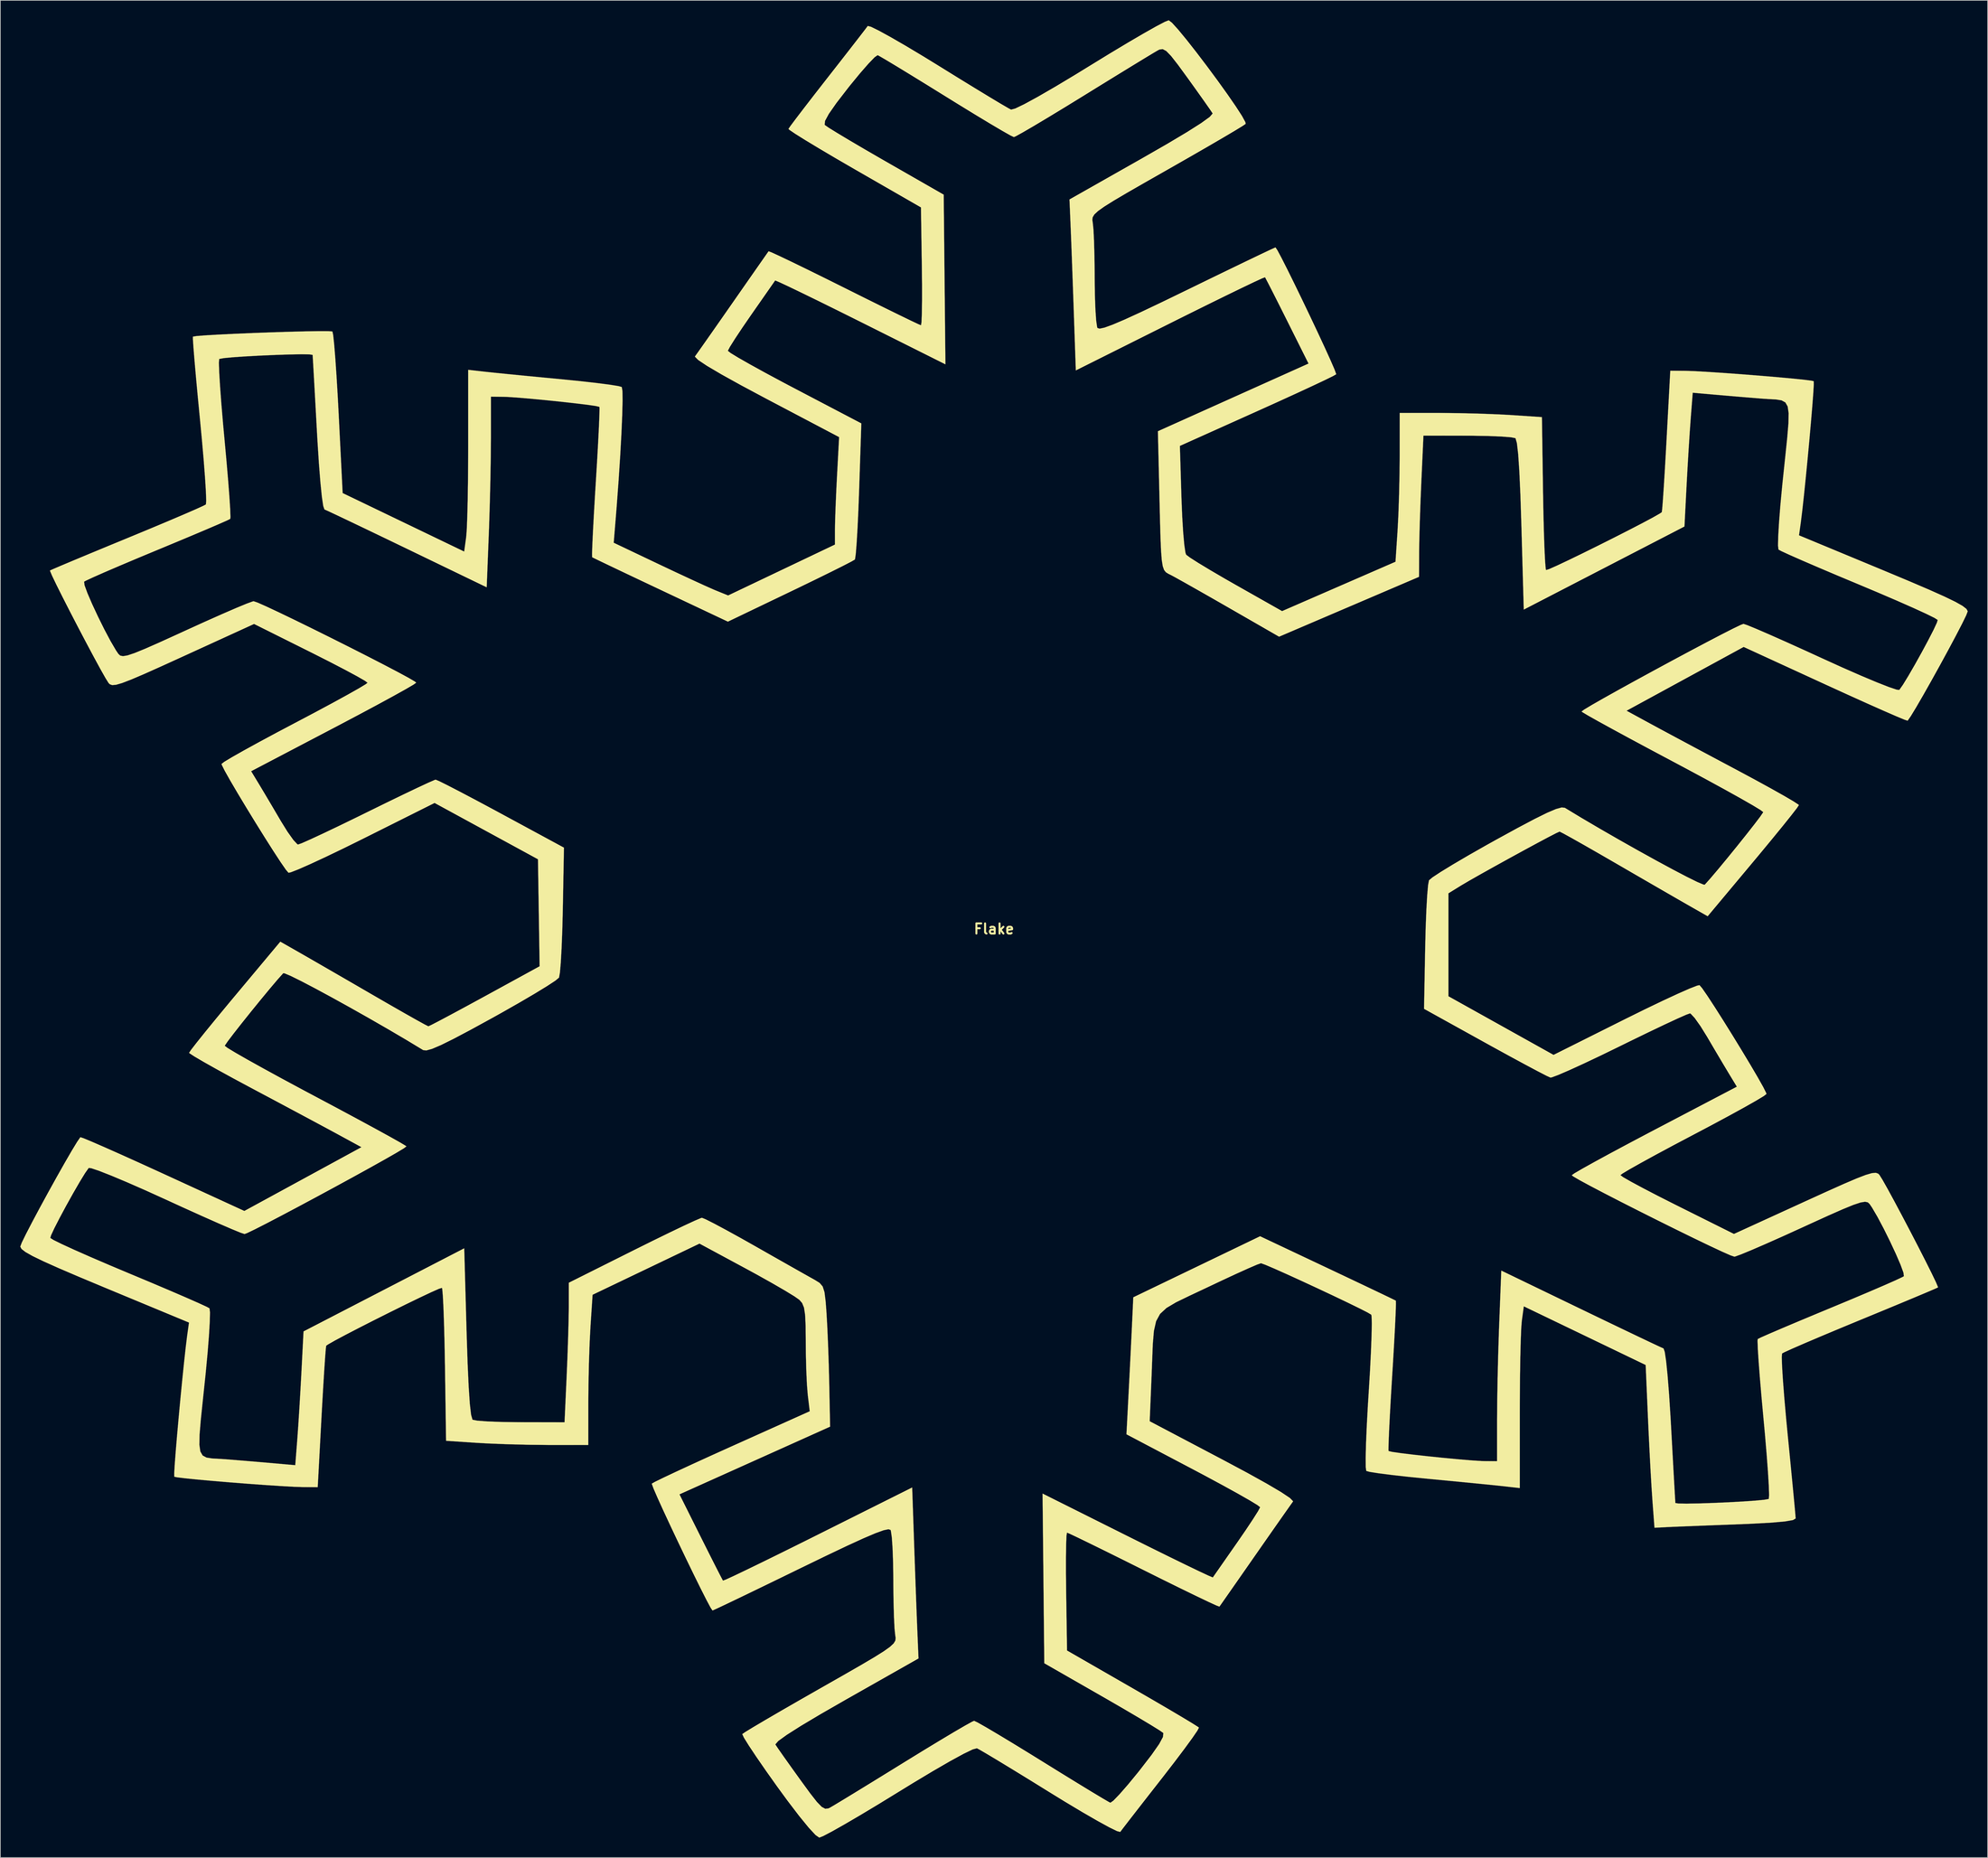
<source format=kicad_pcb>
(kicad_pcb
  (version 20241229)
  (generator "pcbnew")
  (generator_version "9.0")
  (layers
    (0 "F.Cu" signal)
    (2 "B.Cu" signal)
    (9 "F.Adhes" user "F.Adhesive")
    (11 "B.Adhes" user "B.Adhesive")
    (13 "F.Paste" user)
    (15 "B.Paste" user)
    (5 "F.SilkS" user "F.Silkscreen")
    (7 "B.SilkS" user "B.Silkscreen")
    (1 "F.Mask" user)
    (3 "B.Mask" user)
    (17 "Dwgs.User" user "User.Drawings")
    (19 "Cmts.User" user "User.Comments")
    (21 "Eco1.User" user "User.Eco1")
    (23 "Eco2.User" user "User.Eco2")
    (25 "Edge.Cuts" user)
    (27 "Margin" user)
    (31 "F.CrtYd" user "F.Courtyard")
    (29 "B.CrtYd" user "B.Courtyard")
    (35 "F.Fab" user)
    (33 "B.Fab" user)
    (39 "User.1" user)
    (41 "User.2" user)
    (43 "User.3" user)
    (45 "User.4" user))
  (footprint "Flake"
    (layer "F.Cu")
    (at 146.543 136.765)
    (property "Reference" "Flake" (at 0 0 0) (layer "F.SilkS") (effects (font (size 1.524 1.524) (thickness 0.3))))
    (attr through_hole)
    (fp_poly (pts (xy 26.788 -136.385) (xy 27.717 -135.361) (xy 28.974 -133.837) (xy 30.451 -131.957) (xy 32.039 -129.869) (xy 33.629 -127.719) (xy 35.112 -125.653) (xy 36.379 -123.819) (xy 37.321 -122.362) (xy 37.83 -121.429) (xy 37.879 -121.176) (xy 37.417 -120.858) (xy 36.216 -120.125) (xy 34.388 -119.044) (xy 32.045 -117.679) (xy 29.298 -116.097) (xy 26.26 -114.362) (xy 26.127 -114.286) (xy 22.7 -112.336) (xy 20.03 -110.802) (xy 18.028 -109.62) (xy 16.599 -108.725) (xy 15.654 -108.052) (xy 15.1 -107.535) (xy 14.845 -107.11) (xy 14.798 -106.712) (xy 14.86 -106.31) (xy 14.964 -105.313) (xy 15.051 -103.563) (xy 15.115 -101.286) (xy 15.148 -98.707) (xy 15.15 -97.998) (xy 15.181 -95.459) (xy 15.26 -93.245) (xy 15.377 -91.552) (xy 15.52 -90.576) (xy 15.57 -90.447) (xy 15.89 -90.347) (xy 16.626 -90.503) (xy 17.854 -90.948) (xy 19.649 -91.712) (xy 22.088 -92.828) (xy 25.245 -94.329) (xy 29.073 -96.186) (xy 32.372 -97.794) (xy 35.38 -99.253) (xy 37.986 -100.512) (xy 40.081 -101.516) (xy 41.555 -102.214) (xy 42.299 -102.553) (xy 42.366 -102.577) (xy 42.646 -102.159) (xy 43.261 -101.01) (xy 44.135 -99.286) (xy 45.193 -97.144) (xy 46.361 -94.738) (xy 47.564 -92.226) (xy 48.727 -89.764) (xy 49.777 -87.507) (xy 50.637 -85.613) (xy 51.234 -84.237) (xy 51.493 -83.535) (xy 51.495 -83.482) (xy 51.022 -83.212) (xy 49.775 -82.6) (xy 47.873 -81.703) (xy 45.437 -80.575) (xy 42.584 -79.272) (xy 39.649 -77.947) (xy 27.973 -72.703) (xy 28.213 -64.804) (xy 28.322 -62.096) (xy 28.467 -59.714) (xy 28.634 -57.838) (xy 28.808 -56.646) (xy 28.915 -56.326) (xy 29.479 -55.9) (xy 30.743 -55.092) (xy 32.554 -53.998) (xy 34.756 -52.71) (xy 36.365 -51.791) (xy 43.354 -47.836) (xy 60.427 -55.267) (xy 60.74 -59.994) (xy 60.865 -62.43) (xy 60.967 -65.437) (xy 61.034 -68.61) (xy 61.055 -71.193) (xy 61.058 -77.665) (xy 67.041 -77.663) (xy 69.975 -77.633) (xy 73.134 -77.555) (xy 76.071 -77.441) (xy 77.743 -77.348) (xy 82.46 -77.035) (xy 82.627 -65.668) (xy 82.686 -62.432) (xy 82.762 -59.53) (xy 82.848 -57.102) (xy 82.939 -55.288) (xy 83.029 -54.229) (xy 83.081 -54.014) (xy 83.549 -54.164) (xy 84.723 -54.685) (xy 86.442 -55.496) (xy 88.545 -56.516) (xy 90.871 -57.666) (xy 93.26 -58.864) (xy 95.55 -60.03) (xy 97.582 -61.084) (xy 99.193 -61.945) (xy 100.223 -62.533) (xy 100.502 -62.727) (xy 100.567 -63.233) (xy 100.672 -64.572) (xy 100.809 -66.6) (xy 100.967 -69.177) (xy 101.138 -72.158) (xy 101.208 -73.439) (xy 101.779 -84.015) (xy 104.01 -84.001) (xy 105.339 -83.958) (xy 107.284 -83.85) (xy 109.663 -83.693) (xy 112.297 -83.502) (xy 115.005 -83.289) (xy 117.608 -83.071) (xy 119.925 -82.861) (xy 121.777 -82.674) (xy 122.983 -82.525) (xy 123.365 -82.44) (xy 123.373 -81.926) (xy 123.295 -80.608) (xy 123.147 -78.654) (xy 122.943 -76.23) (xy 122.7 -73.506) (xy 122.433 -70.648) (xy 122.156 -67.825) (xy 121.887 -65.203) (xy 121.639 -62.951) (xy 121.428 -61.235) (xy 121.396 -61.005) (xy 121.149 -59.243) (xy 133.844 -53.973) (xy 137.708 -52.356) (xy 140.748 -51.054) (xy 143.047 -50.025) (xy 144.691 -49.228) (xy 145.764 -48.621) (xy 146.351 -48.164) (xy 146.538 -47.815) (xy 146.538 -47.8) (xy 146.31 -47.203) (xy 145.686 -45.926) (xy 144.759 -44.137) (xy 143.621 -42.004) (xy 142.363 -39.694) (xy 141.077 -37.374) (xy 139.856 -35.213) (xy 138.792 -33.377) (xy 137.977 -32.034) (xy 137.502 -31.351) (xy 137.495 -31.344) (xy 137.03 -31.497) (xy 135.792 -32.011) (xy 133.898 -32.835) (xy 131.462 -33.917) (xy 128.598 -35.209) (xy 125.421 -36.659) (xy 125.081 -36.815) (xy 112.82 -42.447) (xy 104.008 -37.646) (xy 95.196 -32.845) (xy 98.765 -30.901) (xy 100.298 -30.072) (xy 102.5 -28.889) (xy 105.175 -27.457) (xy 108.128 -25.88) (xy 111.165 -24.263) (xy 111.736 -23.959) (xy 114.483 -22.485) (xy 116.913 -21.153) (xy 118.902 -20.035) (xy 120.325 -19.2) (xy 121.059 -18.718) (xy 121.132 -18.639) (xy 120.83 -18.186) (xy 119.989 -17.1) (xy 118.699 -15.49) (xy 117.05 -13.472) (xy 115.133 -11.155) (xy 114.266 -10.116) (xy 107.406 -1.914) (xy 104.625 -3.499) (xy 103.306 -4.255) (xy 101.334 -5.392) (xy 98.902 -6.797) (xy 96.203 -8.359) (xy 93.6 -9.869) (xy 91.048 -11.343) (xy 88.793 -12.634) (xy 86.967 -13.665) (xy 85.703 -14.362) (xy 85.134 -14.65) (xy 85.119 -14.654) (xy 84.62 -14.43) (xy 83.439 -13.821) (xy 81.747 -12.919) (xy 79.712 -11.818) (xy 77.504 -10.61) (xy 75.294 -9.389) (xy 73.251 -8.247) (xy 71.545 -7.277) (xy 70.346 -6.573) (xy 70.216 -6.494) (xy 68.385 -5.361) (xy 68.385 10.13) (xy 84.209 18.957) (xy 94.915 13.6) (xy 97.901 12.125) (xy 100.612 10.823) (xy 102.922 9.751) (xy 104.704 8.967) (xy 105.834 8.529) (xy 106.175 8.459) (xy 106.568 8.917) (xy 107.357 10.058) (xy 108.446 11.723) (xy 109.735 13.752) (xy 111.128 15.988) (xy 112.525 18.27) (xy 113.83 20.439) (xy 114.944 22.337) (xy 115.77 23.804) (xy 116.208 24.681) (xy 116.254 24.835) (xy 115.839 25.155) (xy 114.672 25.858) (xy 112.867 26.88) (xy 110.541 28.157) (xy 107.809 29.625) (xy 105.263 30.969) (xy 102.278 32.545) (xy 99.601 33.982) (xy 97.348 35.217) (xy 95.633 36.184) (xy 94.573 36.821) (xy 94.273 37.054) (xy 94.689 37.362) (xy 95.85 38.029) (xy 97.621 38.983) (xy 99.871 40.154) (xy 102.465 41.468) (xy 102.816 41.643) (xy 111.358 45.906) (xy 121.988 41.044) (xy 125.346 39.514) (xy 127.929 38.359) (xy 129.848 37.54) (xy 131.211 37.017) (xy 132.129 36.75) (xy 132.711 36.702) (xy 133.069 36.831) (xy 133.253 37.019) (xy 133.708 37.747) (xy 134.481 39.115) (xy 135.487 40.965) (xy 136.643 43.134) (xy 137.867 45.463) (xy 139.073 47.79) (xy 140.179 49.957) (xy 141.101 51.801) (xy 141.755 53.163) (xy 142.059 53.882) (xy 142.067 53.952) (xy 141.587 54.171) (xy 140.327 54.71) (xy 138.407 55.517) (xy 135.951 56.541) (xy 133.08 57.73) (xy 130.419 58.827) (xy 127.281 60.126) (xy 124.444 61.315) (xy 122.032 62.341) (xy 120.17 63.15) (xy 118.984 63.689) (xy 118.602 63.892) (xy 118.555 64.453) (xy 118.602 65.849) (xy 118.733 67.945) (xy 118.939 70.604) (xy 119.211 73.69) (xy 119.452 76.2) (xy 119.781 79.533) (xy 120.075 82.555) (xy 120.322 85.125) (xy 120.508 87.104) (xy 120.619 88.354) (xy 120.645 88.725) (xy 120.246 88.966) (xy 119.017 89.176) (xy 116.916 89.361) (xy 113.902 89.525) (xy 111.98 89.603) (xy 109.015 89.714) (xy 106.252 89.82) (xy 103.896 89.913) (xy 102.153 89.985) (xy 101.356 90.022) (xy 99.402 90.121) (xy 99.09 85.969) (xy 98.958 83.992) (xy 98.803 81.329) (xy 98.642 78.272) (xy 98.489 75.112) (xy 98.427 73.722) (xy 98.076 65.627) (xy 88.905 61.212) (xy 79.733 56.798) (xy 79.432 58.996) (xy 79.345 60.114) (xy 79.269 62.037) (xy 79.205 64.594) (xy 79.159 67.613) (xy 79.134 70.923) (xy 79.131 72.672) (xy 79.131 84.15) (xy 76.566 83.861) (xy 75.231 83.72) (xy 73.141 83.51) (xy 70.516 83.252) (xy 67.575 82.969) (xy 65.21 82.744) (xy 62.372 82.46) (xy 59.872 82.18) (xy 57.871 81.923) (xy 56.533 81.711) (xy 56.027 81.574) (xy 55.948 81.01) (xy 55.936 79.611) (xy 55.987 77.519) (xy 56.098 74.873) (xy 56.263 71.813) (xy 56.388 69.821) (xy 56.586 66.578) (xy 56.733 63.663) (xy 56.826 61.217) (xy 56.86 59.379) (xy 56.829 58.29) (xy 56.778 58.055) (xy 56.215 57.721) (xy 54.943 57.073) (xy 53.137 56.192) (xy 50.972 55.158) (xy 48.621 54.054) (xy 46.26 52.96) (xy 44.063 51.957) (xy 42.203 51.128) (xy 40.856 50.553) (xy 40.195 50.314) (xy 40.173 50.312) (xy 39.599 50.513) (xy 38.299 51.072) (xy 36.426 51.918) (xy 34.134 52.984) (xy 32.092 53.951) (xy 29.407 55.214) (xy 27.397 56.189) (xy 25.96 57.041) (xy 24.993 57.934) (xy 24.395 59.033) (xy 24.063 60.502) (xy 23.896 62.504) (xy 23.792 65.206) (xy 23.707 67.452) (xy 23.429 74.091) (xy 34.412 79.877) (xy 38.123 81.861) (xy 41.065 83.495) (xy 43.211 84.762) (xy 44.534 85.646) (xy 45.007 86.133) (xy 44.995 86.183) (xy 44.601 86.732) (xy 43.743 87.948) (xy 42.516 89.696) (xy 41.016 91.841) (xy 39.337 94.247) (xy 39.319 94.273) (xy 37.662 96.65) (xy 36.206 98.737) (xy 35.039 100.407) (xy 34.25 101.535) (xy 33.928 101.992) (xy 33.926 101.995) (xy 33.477 101.826) (xy 32.272 101.274) (xy 30.427 100.393) (xy 28.059 99.241) (xy 25.285 97.874) (xy 22.526 96.5) (xy 19.474 94.977) (xy 16.715 93.61) (xy 14.368 92.457) (xy 12.551 91.575) (xy 11.382 91.022) (xy 10.983 90.854) (xy 10.908 91.317) (xy 10.856 92.603) (xy 10.829 94.559) (xy 10.829 97.031) (xy 10.857 99.727) (xy 10.99 108.6) (xy 20.828 114.259) (xy 23.628 115.877) (xy 26.133 117.339) (xy 28.222 118.574) (xy 29.775 119.51) (xy 30.671 120.075) (xy 30.842 120.204) (xy 30.609 120.659) (xy 29.857 121.757) (xy 28.676 123.375) (xy 27.153 125.394) (xy 25.379 127.69) (xy 25.156 127.975) (xy 23.326 130.315) (xy 21.698 132.403) (xy 20.371 134.112) (xy 19.442 135.317) (xy 19.009 135.891) (xy 18.998 135.907) (xy 18.52 135.784) (xy 17.332 135.202) (xy 15.55 134.225) (xy 13.288 132.918) (xy 10.66 131.345) (xy 8.43 129.975) (xy 5.562 128.199) (xy 2.942 126.591) (xy 0.694 125.224) (xy -1.06 124.172) (xy -2.199 123.509) (xy -2.573 123.312) (xy -3.202 123.482) (xy -4.567 124.14) (xy -6.585 125.24) (xy -9.174 126.737) (xy -12.252 128.584) (xy -14.395 129.9) (xy -17.378 131.73) (xy -20.118 133.375) (xy -22.499 134.768) (xy -24.401 135.842) (xy -25.709 136.528) (xy -26.297 136.76) (xy -26.86 136.366) (xy -27.893 135.25) (xy -29.321 133.502) (xy -31.069 131.213) (xy -32.595 129.127) (xy -34.287 126.746) (xy -35.745 124.635) (xy -36.887 122.92) (xy -37.628 121.729) (xy -37.883 121.188) (xy -37.879 121.176) (xy -37.417 120.858) (xy -36.216 120.125) (xy -34.388 119.044) (xy -32.045 117.679) (xy -29.298 116.097) (xy -26.26 114.362) (xy -26.127 114.286) (xy -22.7 112.336) (xy -20.03 110.802) (xy -18.028 109.62) (xy -16.599 108.725) (xy -15.654 108.052) (xy -15.1 107.535) (xy -14.845 107.11) (xy -14.798 106.712) (xy -14.86 106.31) (xy -14.964 105.313) (xy -15.051 103.563) (xy -15.115 101.286) (xy -15.148 98.707) (xy -15.15 97.998) (xy -15.181 95.459) (xy -15.26 93.245) (xy -15.377 91.552) (xy -15.52 90.576) (xy -15.57 90.447) (xy -15.89 90.347) (xy -16.626 90.503) (xy -17.854 90.948) (xy -19.649 91.712) (xy -22.088 92.828) (xy -25.245 94.329) (xy -29.073 96.186) (xy -32.372 97.794) (xy -35.38 99.253) (xy -37.986 100.512) (xy -40.081 101.516) (xy -41.555 102.214) (xy -42.299 102.553) (xy -42.366 102.577) (xy -42.646 102.159) (xy -43.261 101.01) (xy -44.135 99.286) (xy -45.193 97.144) (xy -46.361 94.738) (xy -47.564 92.226) (xy -48.727 89.764) (xy -49.777 87.507) (xy -50.637 85.613) (xy -51.234 84.237) (xy -51.493 83.535) (xy -51.495 83.482) (xy -51.022 83.212) (xy -49.774 82.601) (xy -47.871 81.702) (xy -45.431 80.573) (xy -42.572 79.267) (xy -39.527 77.892) (xy -27.729 72.593) (xy -28.025 70.122) (xy -28.15 68.585) (xy -28.25 66.402) (xy -28.312 63.907) (xy -28.327 62.176) (xy -28.348 59.732) (xy -28.426 58.069) (xy -28.591 56.992) (xy -28.873 56.304) (xy -29.282 55.826) (xy -30.025 55.302) (xy -31.462 54.423) (xy -33.423 53.287) (xy -35.737 51.993) (xy -37.278 51.154) (xy -44.324 47.355) (xy -52.368 51.206) (xy -60.413 55.057) (xy -60.733 59.889) (xy -60.861 62.373) (xy -60.966 65.422) (xy -61.034 68.624) (xy -61.055 71.193) (xy -61.058 77.665) (xy -67.041 77.663) (xy -69.975 77.633) (xy -73.134 77.555) (xy -76.071 77.441) (xy -77.743 77.348) (xy -82.46 77.035) (xy -82.627 65.668) (xy -82.686 62.432) (xy -82.762 59.53) (xy -82.848 57.102) (xy -82.939 55.288) (xy -83.029 54.229) (xy -83.081 54.014) (xy -83.549 54.164) (xy -84.723 54.685) (xy -86.442 55.496) (xy -88.545 56.516) (xy -90.871 57.666) (xy -93.26 58.864) (xy -95.55 60.03) (xy -97.582 61.084) (xy -99.193 61.945) (xy -100.223 62.533) (xy -100.502 62.727) (xy -100.567 63.233) (xy -100.672 64.572) (xy -100.809 66.6) (xy -100.967 69.177) (xy -101.138 72.158) (xy -101.208 73.439) (xy -101.779 84.015) (xy -104.01 84.001) (xy -105.339 83.958) (xy -107.284 83.85) (xy -109.663 83.693) (xy -112.297 83.502) (xy -115.005 83.289) (xy -117.608 83.071) (xy -119.925 82.861) (xy -121.777 82.674) (xy -122.983 82.525) (xy -123.365 82.44) (xy -123.373 81.926) (xy -123.295 80.608) (xy -123.147 78.654) (xy -122.943 76.23) (xy -122.7 73.506) (xy -122.433 70.648) (xy -122.156 67.825) (xy -121.886 65.203) (xy -121.639 62.951) (xy -121.428 61.235) (xy -121.396 61.005) (xy -121.149 59.243) (xy -133.844 53.973) (xy -137.708 52.356) (xy -140.748 51.054) (xy -143.047 50.025) (xy -144.691 49.228) (xy -145.764 48.621) (xy -146.351 48.164) (xy -146.538 47.815) (xy -146.538 47.8) (xy -146.31 47.203) (xy -145.969 46.505) (xy -142.027 46.505) (xy -141.552 46.811) (xy -140.293 47.432) (xy -138.372 48.313) (xy -135.91 49.4) (xy -133.027 50.638) (xy -130.162 51.843) (xy -126.99 53.17) (xy -124.115 54.39) (xy -121.66 55.447) (xy -119.75 56.289) (xy -118.508 56.861) (xy -118.064 57.1) (xy -117.994 57.683) (xy -118.023 59.083) (xy -118.144 61.149) (xy -118.346 63.725) (xy -118.621 66.66) (xy -118.675 67.194) (xy -119.074 70.98) (xy -119.378 73.904) (xy -119.559 76.08) (xy -119.592 77.621) (xy -119.447 78.64) (xy -119.099 79.249) (xy -118.52 79.563) (xy -117.683 79.694) (xy -116.561 79.756) (xy -115.643 79.814) (xy -113.197 80.012) (xy -110.613 80.229) (xy -108.438 80.417) (xy -108.384 80.422) (xy -105.155 80.709) (xy -104.854 76.867) (xy -104.706 74.796) (xy -104.534 72.119) (xy -104.362 69.203) (xy -104.231 66.799) (xy -103.91 60.573) (xy -79.729 48.066) (xy -79.372 60.79) (xy -79.225 65.308) (xy -79.064 68.862) (xy -78.889 71.462) (xy -78.698 73.119) (xy -78.491 73.845) (xy -78.462 73.872) (xy -77.792 74.005) (xy -76.342 74.116) (xy -74.311 74.197) (xy -71.895 74.236) (xy -71.269 74.239) (xy -64.629 74.246) (xy -64.31 67.286) (xy -64.19 64.402) (xy -64.091 61.515) (xy -64.021 58.938) (xy -63.991 56.983) (xy -63.99 56.786) (xy -63.988 53.247) (xy -54.224 48.36) (xy -51.375 46.945) (xy -48.807 45.691) (xy -46.654 44.66) (xy -45.047 43.916) (xy -44.118 43.52) (xy -43.954 43.473) (xy -43.384 43.704) (xy -42.114 44.346) (xy -40.293 45.321) (xy -38.065 46.549) (xy -35.941 47.747) (xy -33.39 49.198) (xy -31.035 50.533) (xy -29.049 51.657) (xy -27.604 52.47) (xy -26.965 52.826) (xy -26.242 53.275) (xy -25.786 53.81) (xy -25.512 54.666) (xy -25.336 56.08) (xy -25.213 57.71) (xy -25.092 59.842) (xy -24.972 62.588) (xy -24.869 65.588) (xy -24.799 68.349) (xy -24.667 74.908) (xy -47.336 85.096) (xy -44.128 91.516) (xy -42.989 93.788) (xy -42.009 95.728) (xy -41.268 97.178) (xy -40.848 97.98) (xy -40.784 98.087) (xy -40.331 97.913) (xy -39.11 97.35) (xy -37.224 96.448) (xy -34.776 95.258) (xy -31.871 93.83) (xy -28.613 92.214) (xy -26.482 91.15) (xy -12.315 84.064) (xy -12.017 92.71) (xy -11.905 95.899) (xy -11.789 99.106) (xy -11.68 102.054) (xy -11.586 104.47) (xy -11.541 105.576) (xy -11.363 109.795) (xy -22.296 115.991) (xy -26.081 118.165) (xy -29.047 119.933) (xy -31.181 121.288) (xy -32.471 122.221) (xy -32.903 122.724) (xy -32.894 122.761) (xy -32.489 123.366) (xy -31.636 124.584) (xy -30.463 126.234) (xy -29.143 128.073) (xy -27.68 130.077) (xy -26.649 131.393) (xy -25.928 132.136) (xy -25.394 132.422) (xy -24.926 132.367) (xy -24.709 132.265) (xy -24.019 131.862) (xy -22.628 131.022) (xy -20.662 129.823) (xy -18.25 128.344) (xy -15.521 126.663) (xy -13.562 125.452) (xy -10.734 123.713) (xy -8.173 122.159) (xy -6 120.86) (xy -4.332 119.889) (xy -3.289 119.313) (xy -2.992 119.185) (xy -2.469 119.432) (xy -1.239 120.128) (xy 0.576 121.2) (xy 2.857 122.576) (xy 5.483 124.185) (xy 7.264 125.288) (xy 10.047 127.012) (xy 12.561 128.558) (xy 14.684 129.853) (xy 16.297 130.822) (xy 17.277 131.393) (xy 17.516 131.515) (xy 17.964 131.2) (xy 18.883 130.25) (xy 20.148 128.802) (xy 21.633 126.996) (xy 21.964 126.579) (xy 23.718 124.307) (xy 24.857 122.678) (xy 25.431 121.616) (xy 25.486 121.044) (xy 25.442 120.985) (xy 24.872 120.589) (xy 23.587 119.793) (xy 21.726 118.678) (xy 19.425 117.325) (xy 16.82 115.817) (xy 16.24 115.485) (xy 7.571 110.517) (xy 7.441 97.749) (xy 7.311 84.981) (xy 20.072 91.365) (xy 23.314 92.98) (xy 26.259 94.435) (xy 28.799 95.676) (xy 30.825 96.652) (xy 32.227 97.308) (xy 32.896 97.593) (xy 32.937 97.599) (xy 33.24 97.164) (xy 33.993 96.085) (xy 35.084 94.521) (xy 36.405 92.628) (xy 36.547 92.425) (xy 37.881 90.487) (xy 38.981 88.834) (xy 39.74 87.632) (xy 40.051 87.047) (xy 40.054 87.029) (xy 39.64 86.706) (xy 38.48 86.001) (xy 36.694 84.982) (xy 34.402 83.718) (xy 31.725 82.275) (xy 29.995 81.358) (xy 19.937 76.059) (xy 20.245 70.146) (xy 20.393 67.273) (xy 20.546 64.22) (xy 20.684 61.415) (xy 20.759 59.837) (xy 20.964 55.44) (xy 40.046 46.252) (xy 50.186 51.04) (xy 53.084 52.411) (xy 55.672 53.639) (xy 57.824 54.664) (xy 59.415 55.426) (xy 60.318 55.866) (xy 60.477 55.949) (xy 60.491 56.449) (xy 60.447 57.786) (xy 60.352 59.82) (xy 60.212 62.415) (xy 60.036 65.431) (xy 59.924 67.234) (xy 59.73 70.428) (xy 59.571 73.282) (xy 59.453 75.656) (xy 59.383 77.411) (xy 59.368 78.407) (xy 59.385 78.58) (xy 59.916 78.706) (xy 61.212 78.893) (xy 63.064 79.119) (xy 65.263 79.364) (xy 67.602 79.604) (xy 69.87 79.818) (xy 71.86 79.984) (xy 73.363 80.081) (xy 73.88 80.097) (xy 75.712 80.108) (xy 75.712 73.836) (xy 75.733 71.003) (xy 75.793 67.574) (xy 75.883 63.928) (xy 75.994 60.444) (xy 76.03 59.493) (xy 76.348 51.422) (xy 88.306 57.198) (xy 91.478 58.727) (xy 94.369 60.116) (xy 96.863 61.309) (xy 98.838 62.248) (xy 100.177 62.877) (xy 100.759 63.138) (xy 100.764 63.14) (xy 100.946 63.667) (xy 101.153 65.07) (xy 101.373 67.25) (xy 101.599 70.105) (xy 101.819 73.535) (xy 101.888 74.76) (xy 102.066 77.999) (xy 102.226 80.899) (xy 102.362 83.322) (xy 102.466 85.131) (xy 102.529 86.187) (xy 102.545 86.404) (xy 103.015 86.478) (xy 104.249 86.496) (xy 106.036 86.465) (xy 108.166 86.395) (xy 110.428 86.297) (xy 112.611 86.178) (xy 114.504 86.049) (xy 115.897 85.918) (xy 116.579 85.796) (xy 116.607 85.779) (xy 116.652 85.222) (xy 116.608 83.831) (xy 116.482 81.743) (xy 116.285 79.094) (xy 116.025 76.022) (xy 115.811 73.712) (xy 115.51 70.432) (xy 115.259 67.485) (xy 115.069 65.007) (xy 114.95 63.133) (xy 114.912 62.001) (xy 114.938 61.722) (xy 115.44 61.474) (xy 116.718 60.91) (xy 118.643 60.084) (xy 121.087 59.052) (xy 123.921 57.868) (xy 125.854 57.066) (xy 128.881 55.806) (xy 131.61 54.653) (xy 133.909 53.665) (xy 135.648 52.897) (xy 136.695 52.406) (xy 136.939 52.267) (xy 136.871 51.731) (xy 136.436 50.541) (xy 135.729 48.901) (xy 134.849 47.015) (xy 133.893 45.087) (xy 132.956 43.323) (xy 132.138 41.926) (xy 131.771 41.387) (xy 131.502 41.141) (xy 131.082 41.056) (xy 130.394 41.172) (xy 129.323 41.531) (xy 127.753 42.172) (xy 125.565 43.137) (xy 122.645 44.466) (xy 121.627 44.933) (xy 118.779 46.229) (xy 116.207 47.373) (xy 114.051 48.307) (xy 112.451 48.968) (xy 111.548 49.297) (xy 111.422 49.323) (xy 110.826 49.117) (xy 109.517 48.538) (xy 107.631 47.654) (xy 105.304 46.534) (xy 102.672 45.245) (xy 99.872 43.856) (xy 97.039 42.435) (xy 94.31 41.05) (xy 91.822 39.769) (xy 89.709 38.661) (xy 88.109 37.794) (xy 87.157 37.236) (xy 86.95 37.066) (xy 87.365 36.771) (xy 88.538 36.086) (xy 90.362 35.07) (xy 92.727 33.782) (xy 95.527 32.283) (xy 98.651 30.631) (xy 99.372 30.253) (xy 111.797 23.74) (xy 110.597 21.762) (xy 109.759 20.363) (xy 108.65 18.493) (xy 107.491 16.521) (xy 107.331 16.247) (xy 106.326 14.628) (xy 105.451 13.398) (xy 104.852 12.755) (xy 104.737 12.706) (xy 104.165 12.912) (xy 102.85 13.494) (xy 100.924 14.389) (xy 98.519 15.536) (xy 95.766 16.874) (xy 94.279 17.605) (xy 91.397 19.01) (xy 88.789 20.246) (xy 86.589 21.252) (xy 84.929 21.968) (xy 83.942 22.335) (xy 83.741 22.368) (xy 83.15 22.098) (xy 81.84 21.422) (xy 79.945 20.413) (xy 77.599 19.143) (xy 74.935 17.682) (xy 73.927 17.124) (xy 64.721 12.023) (xy 64.895 2.715) (xy 64.97 -0.241) (xy 65.074 -2.889) (xy 65.197 -5.061) (xy 65.33 -6.594) (xy 65.464 -7.32) (xy 65.468 -7.327) (xy 65.996 -7.767) (xy 67.255 -8.595) (xy 69.117 -9.733) (xy 71.453 -11.103) (xy 74.136 -12.629) (xy 75.496 -13.387) (xy 78.798 -15.195) (xy 81.352 -16.546) (xy 83.248 -17.483) (xy 84.578 -18.048) (xy 85.434 -18.284) (xy 85.906 -18.233) (xy 85.914 -18.228) (xy 88.435 -16.703) (xy 91.201 -15.077) (xy 94.084 -13.418) (xy 96.958 -11.796) (xy 99.696 -10.281) (xy 102.173 -8.942) (xy 104.261 -7.849) (xy 105.834 -7.071) (xy 106.766 -6.679) (xy 106.964 -6.656) (xy 107.798 -7.589) (xy 108.974 -8.976) (xy 110.36 -10.652) (xy 111.821 -12.449) (xy 113.224 -14.203) (xy 114.435 -15.746) (xy 115.32 -16.912) (xy 115.746 -17.537) (xy 115.765 -17.589) (xy 115.35 -17.908) (xy 114.172 -18.622) (xy 112.335 -19.674) (xy 109.941 -21.006) (xy 107.095 -22.561) (xy 103.898 -24.28) (xy 102.099 -25.237) (xy 98.76 -27.015) (xy 95.716 -28.649) (xy 93.07 -30.085) (xy 90.924 -31.264) (xy 89.382 -32.132) (xy 88.546 -32.631) (xy 88.425 -32.727) (xy 88.833 -33.028) (xy 89.972 -33.712) (xy 91.711 -34.706) (xy 93.915 -35.939) (xy 96.453 -37.339) (xy 99.191 -38.833) (xy 101.997 -40.351) (xy 104.737 -41.819) (xy 107.279 -43.166) (xy 109.49 -44.321) (xy 111.237 -45.211) (xy 112.387 -45.764) (xy 112.791 -45.915) (xy 113.383 -45.718) (xy 114.733 -45.163) (xy 116.716 -44.305) (xy 119.207 -43.199) (xy 122.078 -41.902) (xy 124.633 -40.731) (xy 127.704 -39.337) (xy 130.484 -38.118) (xy 132.851 -37.124) (xy 134.682 -36.405) (xy 135.855 -36.011) (xy 136.243 -35.968) (xy 136.793 -36.752) (xy 137.617 -38.099) (xy 138.604 -39.806) (xy 139.64 -41.666) (xy 140.611 -43.473) (xy 141.406 -45.022) (xy 141.91 -46.106) (xy 142.027 -46.505) (xy 141.552 -46.811) (xy 140.293 -47.432) (xy 138.372 -48.313) (xy 135.91 -49.4) (xy 133.027 -50.638) (xy 130.162 -51.843) (xy 126.99 -53.17) (xy 124.115 -54.39) (xy 121.66 -55.447) (xy 119.75 -56.289) (xy 118.508 -56.861) (xy 118.064 -57.1) (xy 117.994 -57.683) (xy 118.023 -59.083) (xy 118.144 -61.149) (xy 118.346 -63.725) (xy 118.621 -66.66) (xy 118.675 -67.194) (xy 119.074 -70.98) (xy 119.378 -73.904) (xy 119.559 -76.08) (xy 119.592 -77.621) (xy 119.447 -78.64) (xy 119.099 -79.249) (xy 118.52 -79.563) (xy 117.683 -79.694) (xy 116.561 -79.756) (xy 115.643 -79.814) (xy 113.197 -80.012) (xy 110.613 -80.229) (xy 108.438 -80.417) (xy 108.384 -80.422) (xy 105.155 -80.709) (xy 104.854 -76.867) (xy 104.706 -74.796) (xy 104.534 -72.119) (xy 104.362 -69.203) (xy 104.231 -66.799) (xy 103.91 -60.573) (xy 79.729 -48.066) (xy 79.372 -60.79) (xy 79.225 -65.308) (xy 79.064 -68.862) (xy 78.889 -71.462) (xy 78.698 -73.119) (xy 78.491 -73.845) (xy 78.462 -73.872) (xy 77.792 -74.005) (xy 76.342 -74.116) (xy 74.311 -74.197) (xy 71.895 -74.236) (xy 71.269 -74.239) (xy 64.629 -74.246) (xy 64.31 -67.286) (xy 64.189 -64.386) (xy 64.087 -61.468) (xy 64.014 -58.851) (xy 63.979 -56.851) (xy 63.978 -56.662) (xy 63.964 -52.998) (xy 53.434 -48.493) (xy 42.904 -43.989) (xy 35.495 -48.251) (xy 32.969 -49.7) (xy 30.641 -51.025) (xy 28.685 -52.131) (xy 27.273 -52.918) (xy 26.669 -53.244) (xy 26.219 -53.467) (xy 25.867 -53.691) (xy 25.599 -54.031) (xy 25.399 -54.601) (xy 25.252 -55.514) (xy 25.145 -56.886) (xy 25.06 -58.83) (xy 24.985 -61.46) (xy 24.903 -64.89) (xy 24.851 -67.13) (xy 24.667 -74.911) (xy 36.002 -80.004) (xy 47.336 -85.096) (xy 44.128 -91.516) (xy 42.989 -93.788) (xy 42.009 -95.728) (xy 41.268 -97.178) (xy 40.848 -97.98) (xy 40.784 -98.087) (xy 40.331 -97.913) (xy 39.11 -97.35) (xy 37.224 -96.448) (xy 34.776 -95.258) (xy 31.871 -93.83) (xy 28.613 -92.214) (xy 26.482 -91.15) (xy 12.315 -84.064) (xy 12.017 -92.71) (xy 11.905 -95.899) (xy 11.789 -99.106) (xy 11.68 -102.054) (xy 11.586 -104.47) (xy 11.541 -105.576) (xy 11.363 -109.795) (xy 22.296 -115.991) (xy 26.081 -118.165) (xy 29.047 -119.933) (xy 31.181 -121.288) (xy 32.471 -122.221) (xy 32.903 -122.724) (xy 32.894 -122.761) (xy 32.489 -123.366) (xy 31.636 -124.584) (xy 30.463 -126.234) (xy 29.143 -128.073) (xy 27.68 -130.077) (xy 26.649 -131.393) (xy 25.928 -132.136) (xy 25.394 -132.422) (xy 24.926 -132.367) (xy 24.709 -132.265) (xy 24.019 -131.862) (xy 22.628 -131.022) (xy 20.662 -129.823) (xy 18.25 -128.344) (xy 15.521 -126.663) (xy 13.562 -125.452) (xy 10.734 -123.713) (xy 8.173 -122.159) (xy 6 -120.86) (xy 4.332 -119.889) (xy 3.289 -119.313) (xy 2.992 -119.185) (xy 2.469 -119.432) (xy 1.239 -120.128) (xy -0.576 -121.2) (xy -2.857 -122.576) (xy -5.483 -124.185) (xy -7.264 -125.288) (xy -10.047 -127.012) (xy -12.561 -128.558) (xy -14.684 -129.853) (xy -16.297 -130.822) (xy -17.277 -131.393) (xy -17.516 -131.515) (xy -17.964 -131.2) (xy -18.883 -130.25) (xy -20.148 -128.802) (xy -21.633 -126.996) (xy -21.964 -126.579) (xy -23.718 -124.307) (xy -24.857 -122.678) (xy -25.431 -121.616) (xy -25.486 -121.044) (xy -25.442 -120.985) (xy -24.872 -120.589) (xy -23.587 -119.793) (xy -21.726 -118.678) (xy -19.425 -117.325) (xy -16.82 -115.817) (xy -16.24 -115.485) (xy -7.571 -110.517) (xy -7.311 -84.981) (xy -20.072 -91.365) (xy -23.314 -92.98) (xy -26.259 -94.435) (xy -28.799 -95.676) (xy -30.825 -96.652) (xy -32.227 -97.308) (xy -32.896 -97.593) (xy -32.937 -97.599) (xy -33.24 -97.164) (xy -33.993 -96.085) (xy -35.084 -94.521) (xy -36.405 -92.628) (xy -36.547 -92.425) (xy -37.881 -90.485) (xy -38.981 -88.828) (xy -39.741 -87.62) (xy -40.052 -87.028) (xy -40.054 -87.011) (xy -39.64 -86.683) (xy -38.478 -85.975) (xy -36.69 -84.956) (xy -34.397 -83.693) (xy -31.718 -82.255) (xy -30.011 -81.355) (xy -19.968 -76.09) (xy -20.301 -66.009) (xy -20.415 -62.966) (xy -20.543 -60.259) (xy -20.675 -58.038) (xy -20.802 -56.456) (xy -20.915 -55.66) (xy -20.941 -55.601) (xy -21.455 -55.301) (xy -22.717 -54.648) (xy -24.595 -53.709) (xy -26.954 -52.55) (xy -29.661 -51.237) (xy -30.648 -50.763) (xy -40.049 -46.253) (xy -50.187 -51.041) (xy -53.085 -52.411) (xy -55.673 -53.639) (xy -57.825 -54.664) (xy -59.416 -55.427) (xy -60.319 -55.866) (xy -60.477 -55.949) (xy -60.491 -56.449) (xy -60.447 -57.786) (xy -60.352 -59.82) (xy -60.212 -62.415) (xy -60.036 -65.431) (xy -59.924 -67.234) (xy -59.73 -70.428) (xy -59.571 -73.282) (xy -59.453 -75.656) (xy -59.383 -77.411) (xy -59.368 -78.407) (xy -59.385 -78.58) (xy -59.916 -78.706) (xy -61.212 -78.893) (xy -63.064 -79.119) (xy -65.263 -79.364) (xy -67.602 -79.604) (xy -69.87 -79.818) (xy -71.86 -79.984) (xy -73.363 -80.081) (xy -73.88 -80.097) (xy -75.712 -80.108) (xy -75.712 -73.836) (xy -75.733 -71.003) (xy -75.793 -67.574) (xy -75.883 -63.928) (xy -75.994 -60.444) (xy -76.03 -59.493) (xy -76.348 -51.422) (xy -88.306 -57.198) (xy -91.478 -58.727) (xy -94.369 -60.116) (xy -96.863 -61.309) (xy -98.838 -62.248) (xy -100.177 -62.877) (xy -100.759 -63.138) (xy -100.764 -63.14) (xy -100.946 -63.667) (xy -101.153 -65.07) (xy -101.373 -67.25) (xy -101.599 -70.105) (xy -101.819 -73.535) (xy -101.888 -74.76) (xy -102.066 -77.999) (xy -102.226 -80.899) (xy -102.362 -83.322) (xy -102.466 -85.131) (xy -102.529 -86.187) (xy -102.545 -86.404) (xy -103.015 -86.478) (xy -104.249 -86.496) (xy -106.036 -86.465) (xy -108.166 -86.395) (xy -110.428 -86.297) (xy -112.611 -86.178) (xy -114.504 -86.049) (xy -115.897 -85.918) (xy -116.579 -85.796) (xy -116.607 -85.779) (xy -116.652 -85.222) (xy -116.608 -83.831) (xy -116.482 -81.743) (xy -116.285 -79.094) (xy -116.025 -76.022) (xy -115.811 -73.712) (xy -115.51 -70.432) (xy -115.259 -67.485) (xy -115.069 -65.007) (xy -114.95 -63.133) (xy -114.912 -62.001) (xy -114.938 -61.722) (xy -115.44 -61.474) (xy -116.718 -60.91) (xy -118.643 -60.084) (xy -121.087 -59.052) (xy -123.921 -57.868) (xy -125.854 -57.066) (xy -128.881 -55.806) (xy -131.61 -54.653) (xy -133.909 -53.665) (xy -135.648 -52.897) (xy -136.695 -52.406) (xy -136.939 -52.267) (xy -136.871 -51.731) (xy -136.436 -50.541) (xy -135.729 -48.901) (xy -134.849 -47.015) (xy -133.893 -45.087) (xy -132.956 -43.323) (xy -132.138 -41.926) (xy -131.771 -41.387) (xy -131.502 -41.141) (xy -131.082 -41.056) (xy -130.394 -41.172) (xy -129.323 -41.531) (xy -127.753 -42.172) (xy -125.565 -43.137) (xy -122.645 -44.466) (xy -121.627 -44.933) (xy -118.779 -46.229) (xy -116.207 -47.373) (xy -114.051 -48.307) (xy -112.451 -48.968) (xy -111.548 -49.297) (xy -111.422 -49.323) (xy -110.826 -49.117) (xy -109.517 -48.538) (xy -107.631 -47.654) (xy -105.304 -46.534) (xy -102.672 -45.245) (xy -99.872 -43.856) (xy -97.039 -42.435) (xy -94.31 -41.05) (xy -91.822 -39.769) (xy -89.709 -38.661) (xy -88.109 -37.794) (xy -87.157 -37.236) (xy -86.95 -37.066) (xy -87.365 -36.771) (xy -88.538 -36.086) (xy -90.362 -35.07) (xy -92.727 -33.782) (xy -95.527 -32.283) (xy -98.651 -30.631) (xy -99.372 -30.253) (xy -111.797 -23.74) (xy -110.597 -21.762) (xy -109.759 -20.363) (xy -108.65 -18.493) (xy -107.491 -16.521) (xy -107.331 -16.247) (xy -106.326 -14.628) (xy -105.451 -13.398) (xy -104.852 -12.755) (xy -104.737 -12.706) (xy -104.164 -12.912) (xy -102.849 -13.494) (xy -100.924 -14.389) (xy -98.521 -15.535) (xy -95.771 -16.872) (xy -94.322 -17.585) (xy -91.457 -18.991) (xy -88.883 -20.239) (xy -86.728 -21.267) (xy -85.123 -22.013) (xy -84.197 -22.416) (xy -84.03 -22.469) (xy -83.5 -22.246) (xy -82.243 -21.622) (xy -80.387 -20.663) (xy -78.061 -19.437) (xy -75.395 -18.011) (xy -74.174 -17.351) (xy -64.721 -12.234) (xy -64.895 -2.82) (xy -64.97 0.153) (xy -65.073 2.817) (xy -65.195 5.008) (xy -65.328 6.561) (xy -65.461 7.312) (xy -65.468 7.327) (xy -65.996 7.767) (xy -67.256 8.595) (xy -69.117 9.733) (xy -71.453 11.103) (xy -74.136 12.629) (xy -75.496 13.387) (xy -78.798 15.195) (xy -81.352 16.546) (xy -83.248 17.483) (xy -84.578 18.048) (xy -85.434 18.284) (xy -85.906 18.233) (xy -85.914 18.228) (xy -88.435 16.703) (xy -91.201 15.077) (xy -94.084 13.418) (xy -96.958 11.796) (xy -99.696 10.281) (xy -102.173 8.942) (xy -104.261 7.849) (xy -105.834 7.071) (xy -106.766 6.679) (xy -106.964 6.656) (xy -107.798 7.589) (xy -108.974 8.976) (xy -110.36 10.652) (xy -111.821 12.449) (xy -113.224 14.203) (xy -114.435 15.746) (xy -115.32 16.912) (xy -115.746 17.537) (xy -115.765 17.589) (xy -115.35 17.908) (xy -114.172 18.622) (xy -112.335 19.674) (xy -109.941 21.006) (xy -107.095 22.561) (xy -103.898 24.28) (xy -102.099 25.237) (xy -98.76 27.015) (xy -95.716 28.649) (xy -93.07 30.085) (xy -90.924 31.264) (xy -89.382 32.132) (xy -88.546 32.631) (xy -88.425 32.727) (xy -88.833 33.028) (xy -89.972 33.712) (xy -91.711 34.706) (xy -93.915 35.939) (xy -96.453 37.339) (xy -99.191 38.833) (xy -101.997 40.351) (xy -104.737 41.819) (xy -107.279 43.166) (xy -109.49 44.321) (xy -111.237 45.211) (xy -112.387 45.764) (xy -112.791 45.915) (xy -113.383 45.718) (xy -114.733 45.163) (xy -116.716 44.305) (xy -119.207 43.199) (xy -122.078 41.902) (xy -124.633 40.731) (xy -127.704 39.337) (xy -130.484 38.118) (xy -132.851 37.124) (xy -134.682 36.405) (xy -135.855 36.011) (xy -136.243 35.968) (xy -136.793 36.752) (xy -137.617 38.099) (xy -138.604 39.806) (xy -139.64 41.666) (xy -140.611 43.473) (xy -141.406 45.022) (xy -141.91 46.106) (xy -142.027 46.505) (xy -145.969 46.505) (xy -145.686 45.926) (xy -144.759 44.137) (xy -143.621 42.004) (xy -142.363 39.694) (xy -141.077 37.374) (xy -139.856 35.213) (xy -138.792 33.377) (xy -137.977 32.034) (xy -137.502 31.351) (xy -137.495 31.344) (xy -137.03 31.497) (xy -135.792 32.011) (xy -133.898 32.835) (xy -131.462 33.917) (xy -128.598 35.209) (xy -125.421 36.659) (xy -125.081 36.815) (xy -112.82 42.447) (xy -104.008 37.646) (xy -95.196 32.845) (xy -98.765 30.901) (xy -100.298 30.072) (xy -102.5 28.889) (xy -105.175 27.457) (xy -108.128 25.88) (xy -111.165 24.263) (xy -111.736 23.959) (xy -114.483 22.485) (xy -116.913 21.153) (xy -118.902 20.035) (xy -120.325 19.2) (xy -121.059 18.718) (xy -121.132 18.639) (xy -120.83 18.186) (xy -119.989 17.1) (xy -118.699 15.49) (xy -117.05 13.472) (xy -115.133 11.155) (xy -114.266 10.116) (xy -107.406 1.914) (xy -104.625 3.499) (xy -103.306 4.255) (xy -101.334 5.392) (xy -98.902 6.797) (xy -96.203 8.359) (xy -93.6 9.869) (xy -91.049 11.343) (xy -88.794 12.634) (xy -86.969 13.665) (xy -85.707 14.362) (xy -85.14 14.65) (xy -85.124 14.654) (xy -84.644 14.43) (xy -83.443 13.807) (xy -81.657 12.857) (xy -79.421 11.652) (xy -76.871 10.264) (xy -76.636 10.136) (xy -68.38 5.617) (xy -68.629 -10.487) (xy -76.41 -14.726) (xy -84.192 -18.966) (xy -94.906 -13.604) (xy -97.894 -12.129) (xy -100.606 -10.826) (xy -102.917 -9.754) (xy -104.701 -8.969) (xy -105.832 -8.529) (xy -106.175 -8.459) (xy -106.568 -8.917) (xy -107.357 -10.058) (xy -108.446 -11.723) (xy -109.735 -13.752) (xy -111.128 -15.988) (xy -112.525 -18.27) (xy -113.83 -20.439) (xy -114.944 -22.337) (xy -115.77 -23.804) (xy -116.208 -24.681) (xy -116.254 -24.835) (xy -115.839 -25.155) (xy -114.672 -25.858) (xy -112.867 -26.88) (xy -110.541 -28.157) (xy -107.809 -29.625) (xy -105.263 -30.969) (xy -102.278 -32.545) (xy -99.601 -33.982) (xy -97.348 -35.217) (xy -95.633 -36.184) (xy -94.573 -36.821) (xy -94.273 -37.054) (xy -94.689 -37.362) (xy -95.85 -38.029) (xy -97.621 -38.983) (xy -99.871 -40.154) (xy -102.465 -41.468) (xy -102.816 -41.643) (xy -111.358 -45.906) (xy -121.988 -41.044) (xy -125.346 -39.514) (xy -127.929 -38.359) (xy -129.848 -37.54) (xy -131.211 -37.017) (xy -132.129 -36.75) (xy -132.711 -36.702) (xy -133.069 -36.831) (xy -133.253 -37.019) (xy -133.708 -37.747) (xy -134.481 -39.115) (xy -135.487 -40.965) (xy -136.643 -43.134) (xy -137.867 -45.463) (xy -139.073 -47.79) (xy -140.179 -49.957) (xy -141.101 -51.801) (xy -141.755 -53.163) (xy -142.059 -53.882) (xy -142.067 -53.952) (xy -141.587 -54.171) (xy -140.327 -54.71) (xy -138.407 -55.517) (xy -135.951 -56.541) (xy -133.08 -57.73) (xy -130.419 -58.827) (xy -127.281 -60.126) (xy -124.444 -61.315) (xy -122.032 -62.341) (xy -120.171 -63.15) (xy -118.985 -63.689) (xy -118.603 -63.892) (xy -118.557 -64.452) (xy -118.604 -65.849) (xy -118.736 -67.951) (xy -118.941 -70.624) (xy -119.213 -73.734) (xy -119.487 -76.618) (xy -119.813 -79.982) (xy -120.094 -83.01) (xy -120.319 -85.571) (xy -120.478 -87.534) (xy -120.559 -88.768) (xy -120.557 -89.147) (xy -120.014 -89.237) (xy -118.671 -89.343) (xy -116.704 -89.457) (xy -114.288 -89.574) (xy -111.599 -89.688) (xy -108.813 -89.791) (xy -106.106 -89.877) (xy -103.654 -89.94) (xy -101.631 -89.974) (xy -100.214 -89.971) (xy -99.578 -89.926) (xy -99.564 -89.918) (xy -99.45 -89.371) (xy -99.303 -87.984) (xy -99.133 -85.892) (xy -98.951 -83.232) (xy -98.766 -80.14) (xy -98.632 -77.618) (xy -98.027 -65.603) (xy -79.733 -56.798) (xy -79.432 -58.996) (xy -79.345 -60.114) (xy -79.269 -62.037) (xy -79.205 -64.594) (xy -79.159 -67.613) (xy -79.134 -70.923) (xy -79.131 -72.672) (xy -79.131 -84.15) (xy -76.566 -83.861) (xy -75.231 -83.72) (xy -73.141 -83.51) (xy -70.516 -83.252) (xy -67.575 -82.969) (xy -65.21 -82.744) (xy -62.371 -82.46) (xy -59.87 -82.178) (xy -57.868 -81.92) (xy -56.527 -81.706) (xy -56.02 -81.566) (xy -55.92 -80.976) (xy -55.899 -79.531) (xy -55.952 -77.35) (xy -56.072 -74.551) (xy -56.254 -71.254) (xy -56.494 -67.577) (xy -56.784 -63.639) (xy -56.942 -61.668) (xy -57.233 -58.126) (xy -50.475 -54.91) (xy -47.958 -53.721) (xy -45.604 -52.624) (xy -43.622 -51.715) (xy -42.223 -51.093) (xy -41.866 -50.942) (xy -40.015 -50.19) (xy -31.975 -54.021) (xy -23.935 -57.852) (xy -23.935 -60.111) (xy -23.908 -61.519) (xy -23.835 -63.603) (xy -23.729 -66.062) (xy -23.621 -68.198) (xy -23.308 -74.027) (xy -34.351 -79.845) (xy -38.074 -81.835) (xy -41.028 -83.474) (xy -43.186 -84.747) (xy -44.521 -85.637) (xy -45.006 -86.129) (xy -44.995 -86.183) (xy -44.601 -86.732) (xy -43.743 -87.948) (xy -42.516 -89.696) (xy -41.016 -91.841) (xy -39.337 -94.247) (xy -39.319 -94.273) (xy -37.662 -96.65) (xy -36.206 -98.737) (xy -35.039 -100.407) (xy -34.25 -101.535) (xy -33.928 -101.992) (xy -33.926 -101.995) (xy -33.477 -101.826) (xy -32.272 -101.274) (xy -30.427 -100.393) (xy -28.059 -99.241) (xy -25.285 -97.874) (xy -22.526 -96.5) (xy -19.474 -94.977) (xy -16.715 -93.61) (xy -14.368 -92.457) (xy -12.551 -91.575) (xy -11.382 -91.022) (xy -10.983 -90.854) (xy -10.908 -91.317) (xy -10.856 -92.603) (xy -10.829 -94.559) (xy -10.829 -97.031) (xy -10.857 -99.727) (xy -10.99 -108.6) (xy -21.004 -114.36) (xy -23.813 -115.989) (xy -26.31 -117.465) (xy -28.381 -118.716) (xy -29.908 -119.671) (xy -30.776 -120.261) (xy -30.933 -120.414) (xy -30.619 -120.873) (xy -29.794 -121.976) (xy -28.554 -123.599) (xy -26.993 -125.619) (xy -25.205 -127.913) (xy -25.071 -128.084) (xy -23.254 -130.406) (xy -21.641 -132.476) (xy -20.329 -134.166) (xy -19.417 -135.349) (xy -19.004 -135.898) (xy -18.998 -135.907) (xy -18.52 -135.784) (xy -17.332 -135.202) (xy -15.55 -134.225) (xy -13.288 -132.918) (xy -10.66 -131.345) (xy -8.43 -129.975) (xy -5.562 -128.199) (xy -2.942 -126.591) (xy -0.694 -125.224) (xy 1.06 -124.172) (xy 2.199 -123.509) (xy 2.573 -123.312) (xy 3.202 -123.482) (xy 4.567 -124.14) (xy 6.585 -125.24) (xy 9.174 -126.737) (xy 12.252 -128.584) (xy 14.395 -129.9) (xy 17.378 -131.73) (xy 20.118 -133.375) (xy 22.499 -134.768) (xy 24.401 -135.842) (xy 25.709 -136.528) (xy 26.297 -136.76) (xy 26.788 -136.385)) (stroke (width 0.01) (type solid)) (fill yes) (layer "F.SilkS")))
  (gr_rect
    (start -3 -3)
    (end 296.087 276.53)
    (stroke (width 0.1) (type default))
    (fill no)
    (layer "Edge.Cuts")))
</source>
